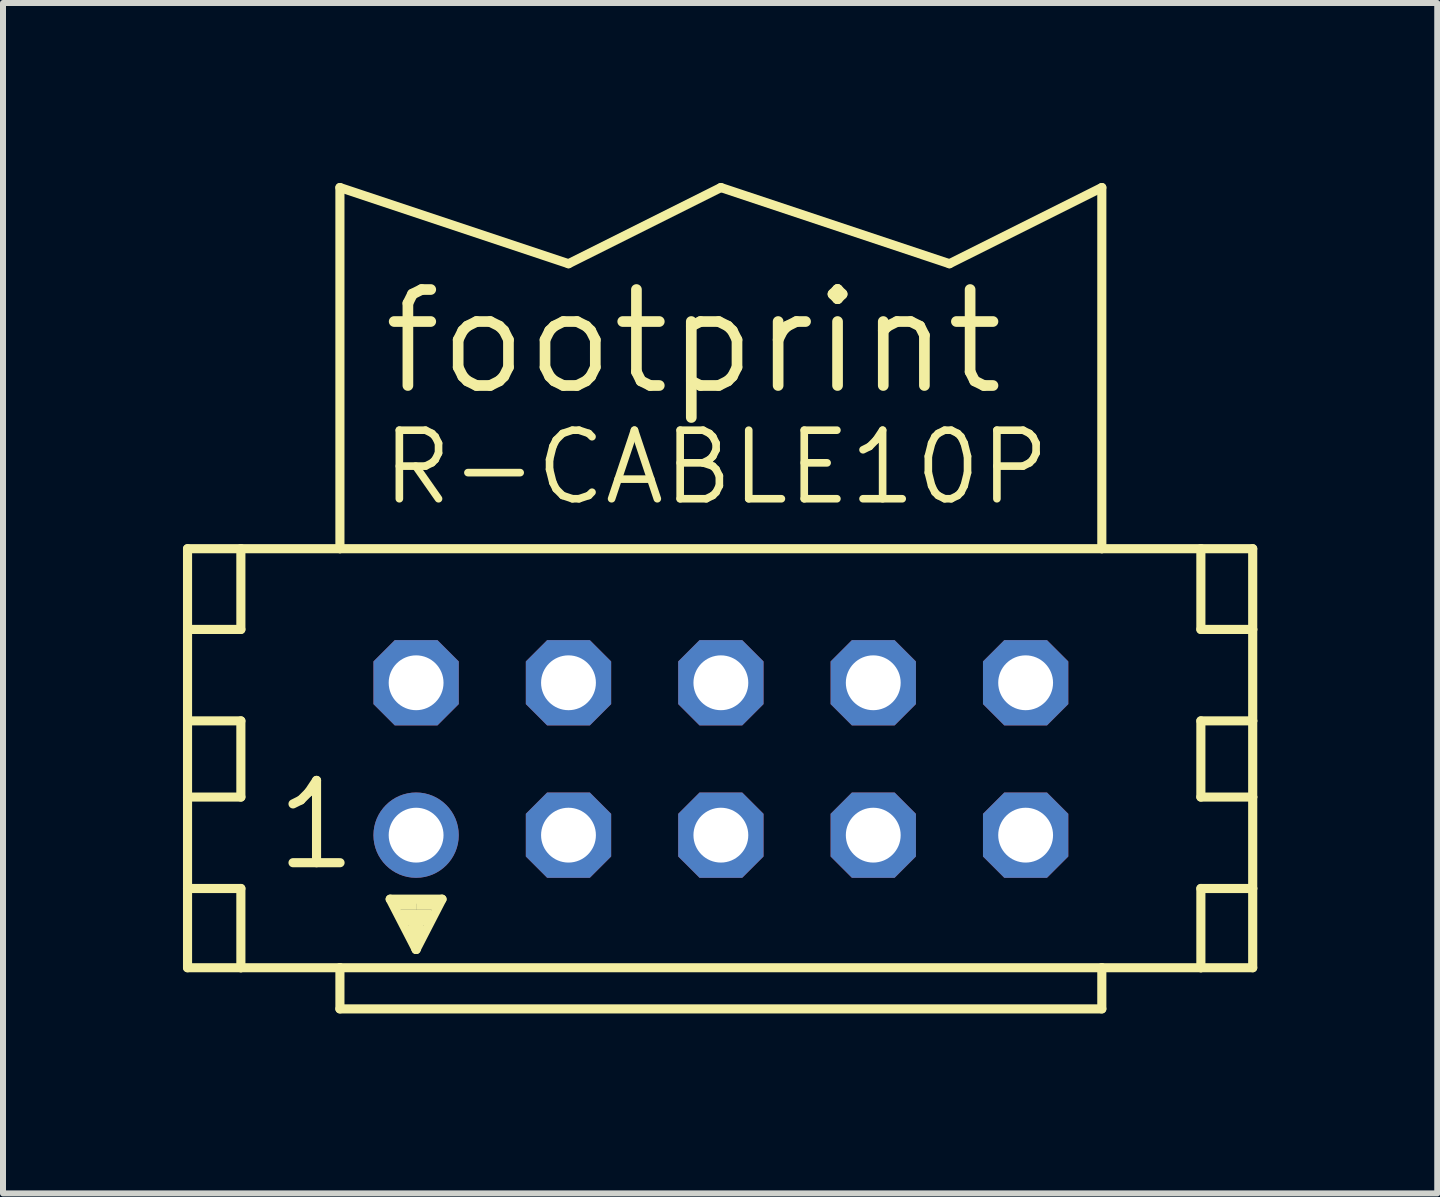
<source format=kicad_pcb>
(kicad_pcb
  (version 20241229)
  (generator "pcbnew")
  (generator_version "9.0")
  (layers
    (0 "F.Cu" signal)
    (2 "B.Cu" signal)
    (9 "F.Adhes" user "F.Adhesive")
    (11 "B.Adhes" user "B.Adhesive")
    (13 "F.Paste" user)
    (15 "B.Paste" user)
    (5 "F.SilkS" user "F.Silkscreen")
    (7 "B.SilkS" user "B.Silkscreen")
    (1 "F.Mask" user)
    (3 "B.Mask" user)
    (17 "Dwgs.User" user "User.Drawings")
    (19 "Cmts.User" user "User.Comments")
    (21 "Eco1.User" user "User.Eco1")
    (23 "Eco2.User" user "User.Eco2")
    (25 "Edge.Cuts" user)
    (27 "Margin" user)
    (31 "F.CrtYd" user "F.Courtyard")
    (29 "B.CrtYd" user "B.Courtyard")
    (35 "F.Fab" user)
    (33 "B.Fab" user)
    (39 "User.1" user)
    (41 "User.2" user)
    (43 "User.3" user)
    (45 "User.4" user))
  (footprint "footprint"
    (layer "F.Cu")
    (at 8.966 9.601)
    (property "Reference" "footprint" (at -5.715 -6.02 0) (layer "F.SilkS") (effects (font (size 1.6 1.6) (thickness 0.178)) (justify left bottom)))
    (fp_line (start -8.89 -3.505) (end -8.89 -2.159) (stroke (width 0.152) (type solid)) (layer "F.SilkS"))
    (fp_line (start -8.89 -2.159) (end -8.89 -0.635) (stroke (width 0.152) (type solid)) (layer "F.SilkS"))
    (fp_line (start -8.89 -2.159) (end -8.001 -2.159) (stroke (width 0.152) (type solid)) (layer "F.SilkS"))
    (fp_line (start -8.89 -0.635) (end -8.89 0.635) (stroke (width 0.152) (type solid)) (layer "F.SilkS"))
    (fp_line (start -8.89 -0.635) (end -8.001 -0.635) (stroke (width 0.152) (type solid)) (layer "F.SilkS"))
    (fp_line (start -8.89 0.635) (end -8.89 2.159) (stroke (width 0.152) (type solid)) (layer "F.SilkS"))
    (fp_line (start -8.89 0.635) (end -8.001 0.635) (stroke (width 0.152) (type solid)) (layer "F.SilkS"))
    (fp_line (start -8.89 2.159) (end -8.89 3.48) (stroke (width 0.152) (type solid)) (layer "F.SilkS"))
    (fp_line (start -8.89 2.159) (end -8.001 2.159) (stroke (width 0.152) (type solid)) (layer "F.SilkS"))
    (fp_line (start -8.89 3.48) (end -8.001 3.48) (stroke (width 0.152) (type solid)) (layer "F.SilkS"))
    (fp_line (start -8.001 -3.505) (end -8.89 -3.505) (stroke (width 0.152) (type solid)) (layer "F.SilkS"))
    (fp_line (start -8.001 -3.505) (end -8.001 -2.159) (stroke (width 0.152) (type solid)) (layer "F.SilkS"))
    (fp_line (start -8.001 -0.635) (end -8.001 0.635) (stroke (width 0.152) (type solid)) (layer "F.SilkS"))
    (fp_line (start -8.001 2.159) (end -8.001 3.48) (stroke (width 0.152) (type solid)) (layer "F.SilkS"))
    (fp_line (start -8.001 3.48) (end -6.35 3.48) (stroke (width 0.152) (type solid)) (layer "F.SilkS"))
    (fp_line (start -6.35 -9.525) (end -2.54 -8.255) (stroke (width 0.152) (type solid)) (layer "F.SilkS"))
    (fp_line (start -6.35 -3.505) (end -8.001 -3.505) (stroke (width 0.152) (type solid)) (layer "F.SilkS"))
    (fp_line (start -6.35 -3.505) (end -6.35 -9.525) (stroke (width 0.152) (type solid)) (layer "F.SilkS"))
    (fp_line (start -6.35 3.48) (end -6.35 4.166) (stroke (width 0.152) (type solid)) (layer "F.SilkS"))
    (fp_line (start -6.35 3.48) (end 6.35 3.48) (stroke (width 0.152) (type solid)) (layer "F.SilkS"))
    (fp_line (start -5.512 2.337) (end -4.648 2.337) (stroke (width 0.152) (type solid)) (layer "F.SilkS"))
    (fp_line (start -5.08 3.175) (end -5.512 2.337) (stroke (width 0.152) (type solid)) (layer "F.SilkS"))
    (fp_line (start -5.08 3.175) (end -5.08 2.921) (stroke (width 0.152) (type solid)) (layer "F.SilkS"))
    (fp_line (start -4.648 2.337) (end -5.08 3.175) (stroke (width 0.152) (type solid)) (layer "F.SilkS"))
    (fp_line (start -2.54 -8.255) (end 0 -9.525) (stroke (width 0.152) (type solid)) (layer "F.SilkS"))
    (fp_line (start 0 -9.525) (end 3.81 -8.255) (stroke (width 0.152) (type solid)) (layer "F.SilkS"))
    (fp_line (start 3.81 -8.255) (end 6.35 -9.525) (stroke (width 0.152) (type solid)) (layer "F.SilkS"))
    (fp_line (start 6.35 -3.505) (end -6.35 -3.505) (stroke (width 0.152) (type solid)) (layer "F.SilkS"))
    (fp_line (start 6.35 -3.505) (end 6.35 -9.525) (stroke (width 0.152) (type solid)) (layer "F.SilkS"))
    (fp_line (start 6.35 3.48) (end 6.35 4.166) (stroke (width 0.152) (type solid)) (layer "F.SilkS"))
    (fp_line (start 6.35 3.48) (end 8.001 3.48) (stroke (width 0.152) (type solid)) (layer "F.SilkS"))
    (fp_line (start 6.35 4.166) (end -6.35 4.166) (stroke (width 0.152) (type solid)) (layer "F.SilkS"))
    (fp_line (start 8.001 -3.505) (end 6.35 -3.505) (stroke (width 0.152) (type solid)) (layer "F.SilkS"))
    (fp_line (start 8.001 -3.505) (end 8.001 -2.159) (stroke (width 0.152) (type solid)) (layer "F.SilkS"))
    (fp_line (start 8.001 -2.159) (end 8.865 -2.159) (stroke (width 0.152) (type solid)) (layer "F.SilkS"))
    (fp_line (start 8.001 -0.635) (end 8.001 0.635) (stroke (width 0.152) (type solid)) (layer "F.SilkS"))
    (fp_line (start 8.001 -0.635) (end 8.865 -0.635) (stroke (width 0.152) (type solid)) (layer "F.SilkS"))
    (fp_line (start 8.001 0.635) (end 8.865 0.635) (stroke (width 0.152) (type solid)) (layer "F.SilkS"))
    (fp_line (start 8.001 2.159) (end 8.001 3.48) (stroke (width 0.152) (type solid)) (layer "F.SilkS"))
    (fp_line (start 8.001 2.159) (end 8.865 2.159) (stroke (width 0.152) (type solid)) (layer "F.SilkS"))
    (fp_line (start 8.001 3.48) (end 8.865 3.48) (stroke (width 0.152) (type solid)) (layer "F.SilkS"))
    (fp_line (start 8.865 -3.505) (end 8.001 -3.505) (stroke (width 0.152) (type solid)) (layer "F.SilkS"))
    (fp_line (start 8.865 -2.159) (end 8.865 -3.505) (stroke (width 0.152) (type solid)) (layer "F.SilkS"))
    (fp_line (start 8.865 -0.635) (end 8.865 -2.159) (stroke (width 0.152) (type solid)) (layer "F.SilkS"))
    (fp_line (start 8.865 0.635) (end 8.865 -0.635) (stroke (width 0.152) (type solid)) (layer "F.SilkS"))
    (fp_line (start 8.865 2.159) (end 8.865 0.635) (stroke (width 0.152) (type solid)) (layer "F.SilkS"))
    (fp_line (start 8.865 3.48) (end 8.865 2.159) (stroke (width 0.152) (type solid)) (layer "F.SilkS"))
    (fp_poly (pts (xy -5.461 2.515) (xy -5.08 2.515) (xy -5.08 2.388) (xy -5.461 2.388)) (stroke (width 0) (type solid)) (fill yes) (layer "F.SilkS"))
    (fp_poly (pts (xy -5.334 2.769) (xy -4.826 2.769) (xy -4.826 2.515) (xy -5.334 2.515)) (stroke (width 0) (type solid)) (fill yes) (layer "F.SilkS"))
    (fp_poly (pts (xy -5.207 2.972) (xy -4.953 2.972) (xy -4.953 2.718) (xy -5.207 2.718)) (stroke (width 0) (type solid)) (fill yes) (layer "F.SilkS"))
    (fp_poly (pts (xy -5.08 2.515) (xy -4.699 2.515) (xy -4.699 2.388) (xy -5.08 2.388)) (stroke (width 0) (type solid)) (fill yes) (layer "F.SilkS"))
    (fp_text user "R-CABLE10P" (at -5.715 -4.191 0) (layer "F.SilkS") (effects (font (size 1.143 1.143) (thickness 0.127)) (justify left bottom)))
    (fp_text user "1" (at -7.493 1.905 0) (layer "F.SilkS") (effects (font (size 1.372 1.372) (thickness 0.152)) (justify left bottom)))
    (pad "1" thru_hole circle (at -5.08 1.27) (size 1.422 1.422) (drill 0.914) (layers "*.Cu" "*.Mask"))
    (pad "2" thru_hole roundrect (at -5.08 -1.27) (size 1.422 1.422) (drill 0.914) (layers "*.Cu" "*.Mask") (roundrect_rratio 0.25) (chamfer_ratio 0.25) (chamfer top_left top_right bottom_left bottom_right))
    (pad "3" thru_hole roundrect (at -2.54 1.27) (size 1.422 1.422) (drill 0.914) (layers "*.Cu" "*.Mask") (roundrect_rratio 0.25) (chamfer_ratio 0.25) (chamfer top_left top_right bottom_left bottom_right))
    (pad "4" thru_hole roundrect (at -2.54 -1.27) (size 1.422 1.422) (drill 0.914) (layers "*.Cu" "*.Mask") (roundrect_rratio 0.25) (chamfer_ratio 0.25) (chamfer top_left top_right bottom_left bottom_right))
    (pad "5" thru_hole roundrect (at 0 1.27) (size 1.422 1.422) (drill 0.914) (layers "*.Cu" "*.Mask") (roundrect_rratio 0.25) (chamfer_ratio 0.25) (chamfer top_left top_right bottom_left bottom_right))
    (pad "6" thru_hole roundrect (at 0 -1.27) (size 1.422 1.422) (drill 0.914) (layers "*.Cu" "*.Mask") (roundrect_rratio 0.25) (chamfer_ratio 0.25) (chamfer top_left top_right bottom_left bottom_right))
    (pad "7" thru_hole roundrect (at 2.54 1.27) (size 1.422 1.422) (drill 0.914) (layers "*.Cu" "*.Mask") (roundrect_rratio 0.25) (chamfer_ratio 0.25) (chamfer top_left top_right bottom_left bottom_right))
    (pad "8" thru_hole roundrect (at 2.54 -1.27) (size 1.422 1.422) (drill 0.914) (layers "*.Cu" "*.Mask") (roundrect_rratio 0.25) (chamfer_ratio 0.25) (chamfer top_left top_right bottom_left bottom_right))
    (pad "9" thru_hole roundrect (at 5.08 1.27) (size 1.422 1.422) (drill 0.914) (layers "*.Cu" "*.Mask") (roundrect_rratio 0.25) (chamfer_ratio 0.25) (chamfer top_left top_right bottom_left bottom_right))
    (pad "10" thru_hole roundrect (at 5.08 -1.27) (size 1.422 1.422) (drill 0.914) (layers "*.Cu" "*.Mask") (roundrect_rratio 0.25) (chamfer_ratio 0.25) (chamfer top_left top_right bottom_left bottom_right)))
  (gr_rect
    (start -3 -3)
    (end 20.907 16.843)
    (stroke (width 0.1) (type default))
    (fill no)
    (layer "Edge.Cuts")))
</source>
